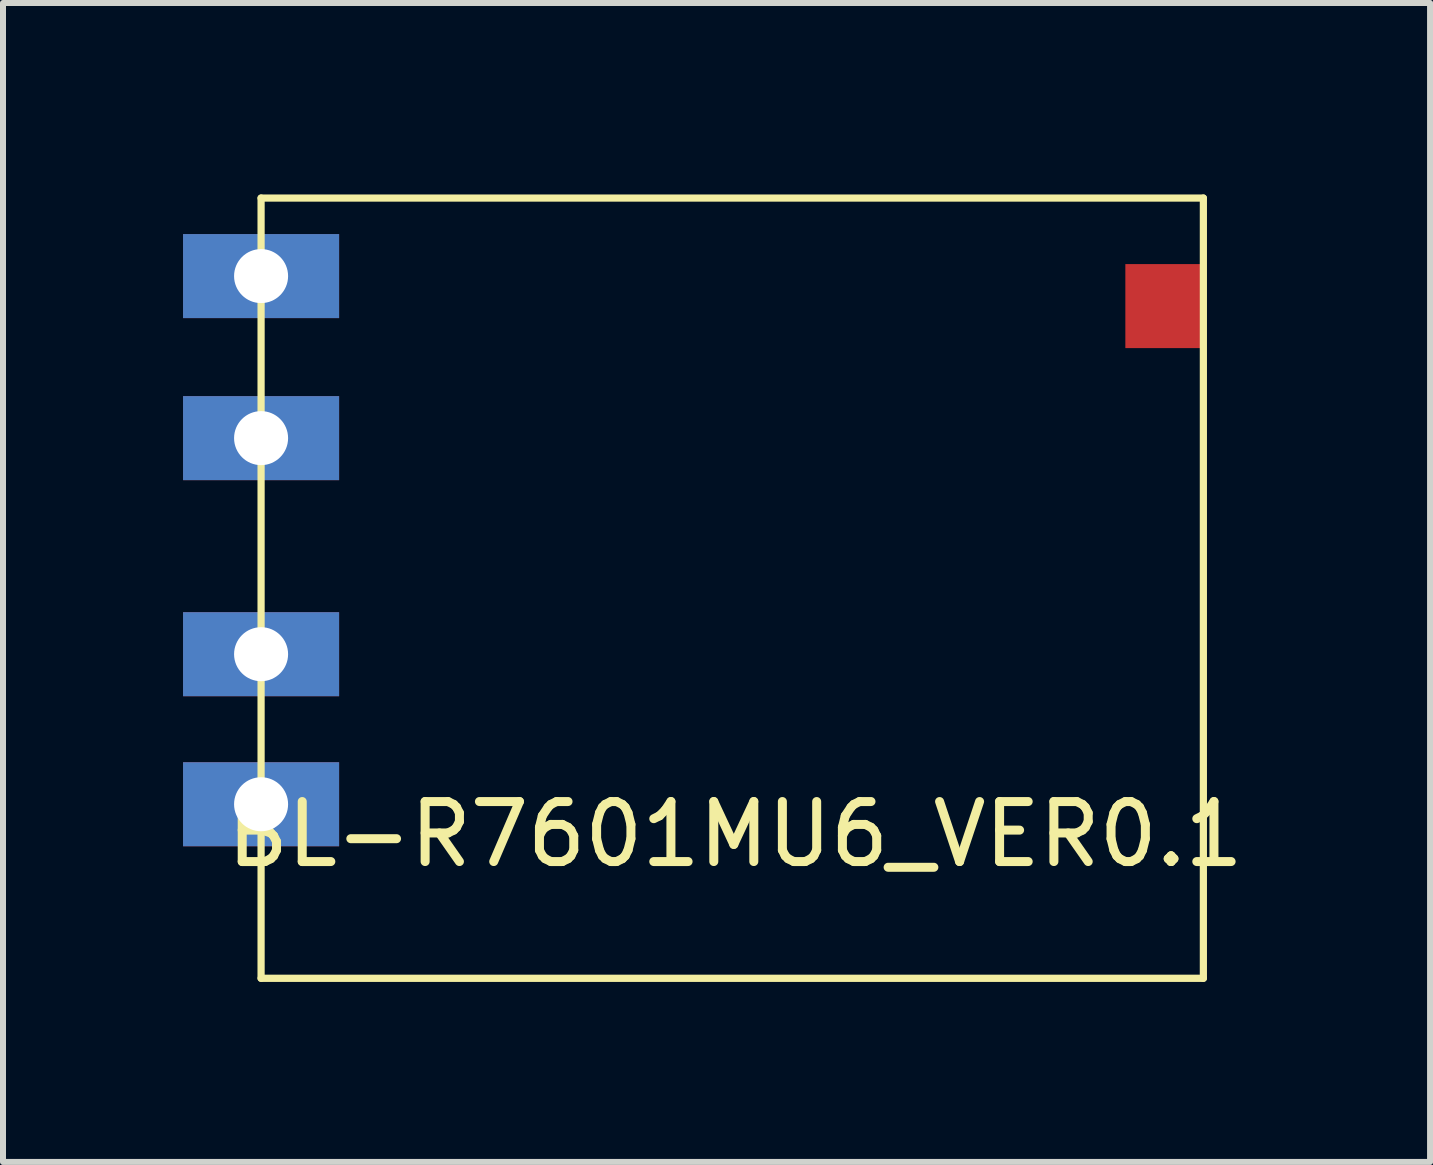
<source format=kicad_pcb>
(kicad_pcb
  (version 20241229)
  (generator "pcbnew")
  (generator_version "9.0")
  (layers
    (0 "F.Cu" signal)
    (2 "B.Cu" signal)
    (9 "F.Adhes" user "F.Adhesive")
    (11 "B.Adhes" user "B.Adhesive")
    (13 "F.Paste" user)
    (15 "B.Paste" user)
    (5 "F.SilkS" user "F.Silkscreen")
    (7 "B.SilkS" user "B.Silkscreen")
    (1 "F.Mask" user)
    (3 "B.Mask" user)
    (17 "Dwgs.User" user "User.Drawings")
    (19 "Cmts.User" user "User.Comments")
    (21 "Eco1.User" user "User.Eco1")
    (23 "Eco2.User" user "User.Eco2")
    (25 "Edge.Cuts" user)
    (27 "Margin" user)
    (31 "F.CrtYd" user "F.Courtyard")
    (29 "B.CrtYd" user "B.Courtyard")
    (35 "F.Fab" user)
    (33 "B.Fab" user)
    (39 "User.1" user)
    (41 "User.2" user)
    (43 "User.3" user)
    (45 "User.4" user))
  (footprint "BL-R7601MU6_VER0.1"
    (layer "F.Cu")
    (at 1.3 0.25)
    (property "Reference" "BL-R7601MU6_VER0.1" (at 7.9 10.6 0) (layer "F.SilkS") (effects (font (size 1 1) (thickness 0.15))))
    (attr through_hole)
    (fp_line (start 0 0) (end 15.7 0) (stroke (width 0.12) (type solid)) (layer "F.SilkS"))
    (fp_line (start 0 13) (end 0 0) (stroke (width 0.12) (type solid)) (layer "F.SilkS"))
    (fp_line (start 0 13) (end 15.7 13) (stroke (width 0.12) (type solid)) (layer "F.SilkS"))
    (fp_line (start 15.7 0) (end 15.7 13) (stroke (width 0.12) (type solid)) (layer "F.SilkS"))
    (pad "1" thru_hole rect (at 0 10.1) (size 2.6 1.4) (drill 0.9) (layers "*.Cu" "*.Mask"))
    (pad "2" thru_hole rect (at 0 7.6) (size 2.6 1.4) (drill 0.9) (layers "*.Cu" "*.Mask"))
    (pad "3" thru_hole rect (at 0 4) (size 2.6 1.4) (drill 0.9) (layers "*.Cu" "*.Mask"))
    (pad "4" thru_hole rect (at 0 1.3) (size 2.6 1.4) (drill 0.9) (layers "*.Cu" "*.Mask"))
    (pad "5" smd rect (at 15.7 1.8) (size 1.3 1.4) (drill (offset -0.65 0)) (layers "F.Cu" "F.Mask" "F.Paste")))
  (gr_rect
    (start -3 -3)
    (end 20.777 16.31)
    (stroke (width 0.1) (type default))
    (fill no)
    (layer "Edge.Cuts")))
</source>
